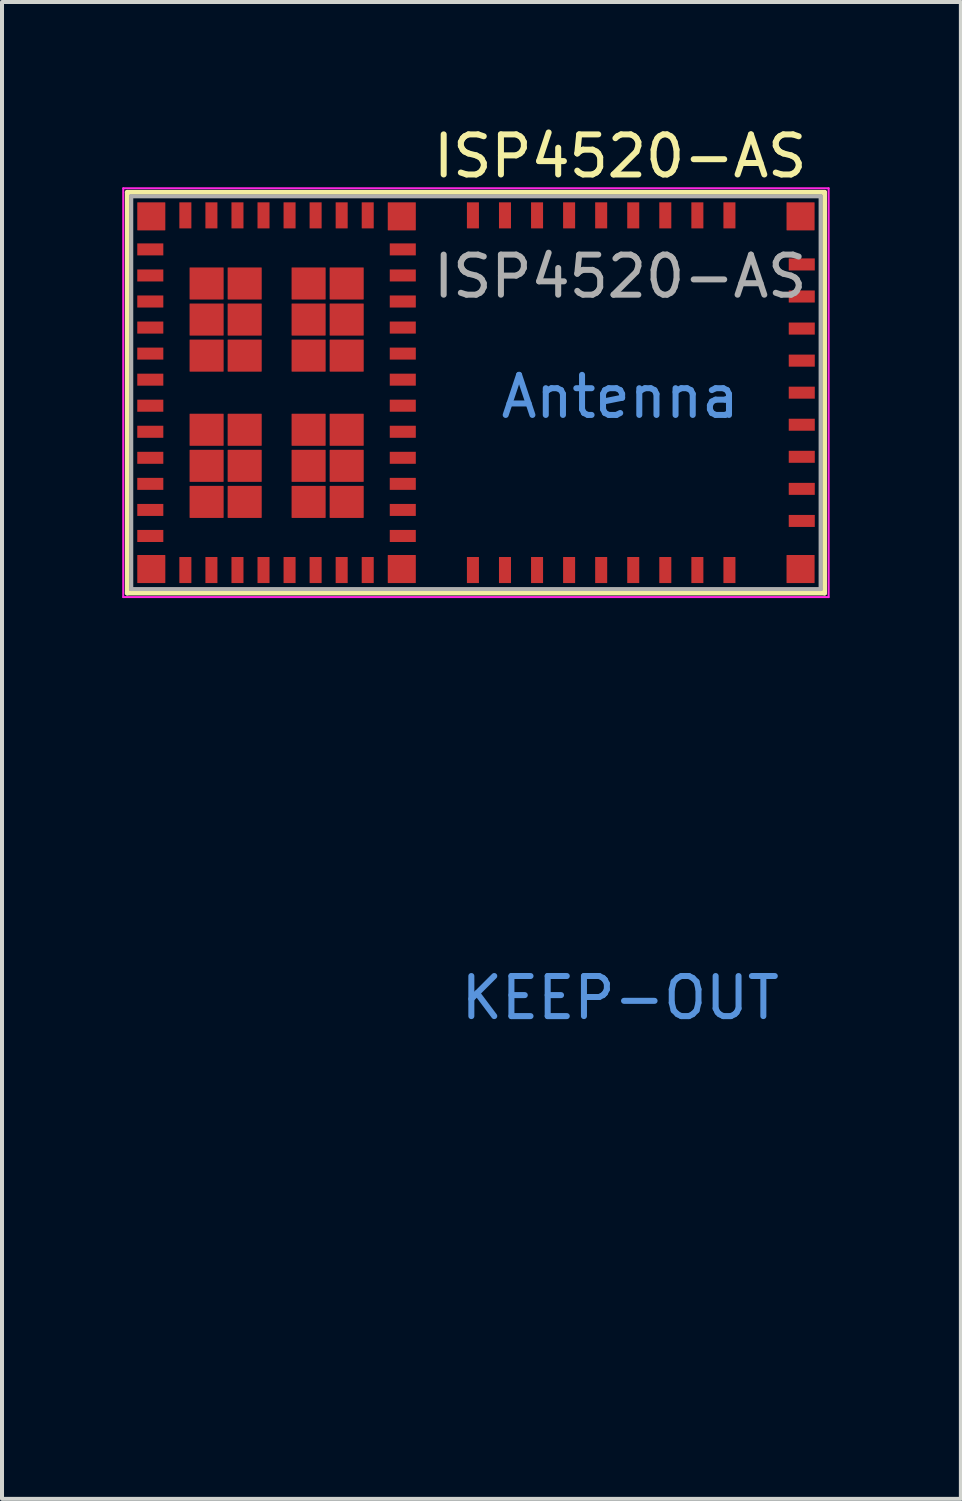
<source format=kicad_pcb>
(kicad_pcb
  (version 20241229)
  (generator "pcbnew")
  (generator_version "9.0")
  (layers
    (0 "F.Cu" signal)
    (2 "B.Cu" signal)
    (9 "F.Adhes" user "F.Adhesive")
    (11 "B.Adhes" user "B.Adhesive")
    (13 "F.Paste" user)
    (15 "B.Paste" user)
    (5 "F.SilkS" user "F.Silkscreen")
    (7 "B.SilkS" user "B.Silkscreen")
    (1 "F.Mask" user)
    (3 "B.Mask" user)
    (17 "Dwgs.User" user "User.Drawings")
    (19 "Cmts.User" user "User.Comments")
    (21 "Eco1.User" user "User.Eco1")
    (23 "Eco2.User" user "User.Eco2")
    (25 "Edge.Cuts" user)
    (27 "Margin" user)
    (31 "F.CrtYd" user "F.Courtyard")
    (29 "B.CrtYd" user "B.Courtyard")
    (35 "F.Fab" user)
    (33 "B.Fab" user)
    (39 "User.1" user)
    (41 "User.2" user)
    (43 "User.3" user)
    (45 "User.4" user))
  (footprint "ISP4520-AS"
    (layer "F.Cu")
    (at 17.425 1.848)
    (property "Reference" "ISP4520-AS" (at -5 -1 0) (unlocked yes) (layer "F.SilkS") (effects (font (size 1 1) (thickness 0.15))))
    (attr smd)
    (fp_line (start -17.3 -0.1) (end 0.1 -0.1) (stroke (width 0.12) (type solid)) (layer "F.SilkS"))
    (fp_line (start -17.3 9.9) (end -17.3 -0.1) (stroke (width 0.12) (type solid)) (layer "F.SilkS"))
    (fp_line (start 0.1 -0.1) (end 0.1 9.9) (stroke (width 0.12) (type solid)) (layer "F.SilkS"))
    (fp_line (start 0.1 9.9) (end -17.3 9.9) (stroke (width 0.12) (type solid)) (layer "F.SilkS"))
    (fp_line (start -17.4 -0.2) (end 0.2 -0.2) (stroke (width 0.05) (type solid)) (layer "F.CrtYd"))
    (fp_line (start -17.4 10) (end -17.4 -0.2) (stroke (width 0.05) (type solid)) (layer "F.CrtYd"))
    (fp_line (start 0.2 -0.2) (end 0.2 10) (stroke (width 0.05) (type solid)) (layer "F.CrtYd"))
    (fp_line (start 0.2 10) (end -17.4 10) (stroke (width 0.05) (type solid)) (layer "F.CrtYd"))
    (fp_line (start -17.2 0) (end 0 0) (stroke (width 0.1) (type solid)) (layer "F.Fab"))
    (fp_line (start -17.2 9.8) (end -17.2 0) (stroke (width 0.1) (type solid)) (layer "F.Fab"))
    (fp_line (start 0 0) (end 0 9.8) (stroke (width 0.1) (type solid)) (layer "F.Fab"))
    (fp_line (start 0 9.8) (end -17.2 9.8) (stroke (width 0.1) (type solid)) (layer "F.Fab"))
    (fp_text user "KEEP-OUT" (at -5 20 180) (layer "Cmts.User") (effects (font (size 1 1) (thickness 0.15))))
    (fp_text user "Antenna" (at -5 5 0) (layer "Cmts.User") (effects (font (size 1 1) (thickness 0.15))))
    (fp_text user "${REFERENCE}" (at -5 2 0) (unlocked yes) (layer "F.Fab") (effects (font (size 1 1) (thickness 0.15))))
    (pad "1" smd roundrect (at -16.7 0.5) (size 0.7 0.7) (layers "F.Cu" "F.Mask" "F.Paste") (roundrect_rratio 0.015))
    (pad "2" smd roundrect (at -16.725 1.325) (size 0.65 0.3) (layers "F.Cu" "F.Mask" "F.Paste") (roundrect_rratio 0.015))
    (pad "3" smd roundrect (at -16.725 1.975) (size 0.65 0.3) (layers "F.Cu" "F.Mask" "F.Paste") (roundrect_rratio 0.015))
    (pad "4" smd roundrect (at -16.725 2.625) (size 0.65 0.3) (layers "F.Cu" "F.Mask" "F.Paste") (roundrect_rratio 0.015))
    (pad "5" smd roundrect (at -16.725 3.275) (size 0.65 0.3) (layers "F.Cu" "F.Mask" "F.Paste") (roundrect_rratio 0.015))
    (pad "6" smd roundrect (at -16.725 3.925) (size 0.65 0.3) (layers "F.Cu" "F.Mask" "F.Paste") (roundrect_rratio 0.015))
    (pad "7" smd roundrect (at -16.725 4.575) (size 0.65 0.3) (layers "F.Cu" "F.Mask" "F.Paste") (roundrect_rratio 0.015))
    (pad "8" smd roundrect (at -16.725 5.225) (size 0.65 0.3) (layers "F.Cu" "F.Mask" "F.Paste") (roundrect_rratio 0.015))
    (pad "9" smd roundrect (at -16.725 5.875) (size 0.65 0.3) (layers "F.Cu" "F.Mask" "F.Paste") (roundrect_rratio 0.015))
    (pad "10" smd roundrect (at -16.725 6.525) (size 0.65 0.3) (layers "F.Cu" "F.Mask" "F.Paste") (roundrect_rratio 0.015))
    (pad "11" smd roundrect (at -16.725 7.175) (size 0.65 0.3) (layers "F.Cu" "F.Mask" "F.Paste") (roundrect_rratio 0.015))
    (pad "12" smd roundrect (at -16.725 7.825) (size 0.65 0.3) (layers "F.Cu" "F.Mask" "F.Paste") (roundrect_rratio 0.015))
    (pad "13" smd roundrect (at -16.725 8.475) (size 0.65 0.3) (layers "F.Cu" "F.Mask" "F.Paste") (roundrect_rratio 0.015))
    (pad "14" smd roundrect (at -16.7 9.3) (size 0.7 0.7) (layers "F.Cu" "F.Mask" "F.Paste") (roundrect_rratio 0.015))
    (pad "15" smd roundrect (at -15.85 9.325 90) (size 0.65 0.3) (layers "F.Cu" "F.Mask" "F.Paste") (roundrect_rratio 0.015))
    (pad "16" smd roundrect (at -15.2 9.325 90) (size 0.65 0.3) (layers "F.Cu" "F.Mask" "F.Paste") (roundrect_rratio 0.015))
    (pad "17" smd roundrect (at -14.55 9.325 90) (size 0.65 0.3) (layers "F.Cu" "F.Mask" "F.Paste") (roundrect_rratio 0.015))
    (pad "18" smd roundrect (at -13.9 9.325 90) (size 0.65 0.3) (layers "F.Cu" "F.Mask" "F.Paste") (roundrect_rratio 0.015))
    (pad "19" smd roundrect (at -13.25 9.325 90) (size 0.65 0.3) (layers "F.Cu" "F.Mask" "F.Paste") (roundrect_rratio 0.015))
    (pad "20" smd roundrect (at -12.6 9.325 90) (size 0.65 0.3) (layers "F.Cu" "F.Mask" "F.Paste") (roundrect_rratio 0.015))
    (pad "21" smd roundrect (at -11.95 9.325 90) (size 0.65 0.3) (layers "F.Cu" "F.Mask" "F.Paste") (roundrect_rratio 0.015))
    (pad "22" smd roundrect (at -11.3 9.325 90) (size 0.65 0.3) (layers "F.Cu" "F.Mask" "F.Paste") (roundrect_rratio 0.015))
    (pad "23" smd roundrect (at -10.45 9.3 180) (size 0.7 0.7) (layers "F.Cu" "F.Mask" "F.Paste") (roundrect_rratio 0.015))
    (pad "24" smd roundrect (at -10.425 8.475) (size 0.65 0.3) (layers "F.Cu" "F.Mask" "F.Paste") (roundrect_rratio 0.015))
    (pad "25" smd roundrect (at -10.425 7.825) (size 0.65 0.3) (layers "F.Cu" "F.Mask" "F.Paste") (roundrect_rratio 0.015))
    (pad "26" smd roundrect (at -10.425 7.175) (size 0.65 0.3) (layers "F.Cu" "F.Mask" "F.Paste") (roundrect_rratio 0.015))
    (pad "27" smd roundrect (at -10.425 6.525) (size 0.65 0.3) (layers "F.Cu" "F.Mask" "F.Paste") (roundrect_rratio 0.015))
    (pad "28" smd roundrect (at -10.425 5.875) (size 0.65 0.3) (layers "F.Cu" "F.Mask" "F.Paste") (roundrect_rratio 0.015))
    (pad "29" smd roundrect (at -10.425 5.225) (size 0.65 0.3) (layers "F.Cu" "F.Mask" "F.Paste") (roundrect_rratio 0.015))
    (pad "30" smd roundrect (at -10.425 4.575) (size 0.65 0.3) (layers "F.Cu" "F.Mask" "F.Paste") (roundrect_rratio 0.015))
    (pad "31" smd roundrect (at -10.425 3.925) (size 0.65 0.3) (layers "F.Cu" "F.Mask" "F.Paste") (roundrect_rratio 0.015))
    (pad "32" smd roundrect (at -10.425 3.275) (size 0.65 0.3) (layers "F.Cu" "F.Mask" "F.Paste") (roundrect_rratio 0.015))
    (pad "33" smd roundrect (at -10.425 2.625) (size 0.65 0.3) (layers "F.Cu" "F.Mask" "F.Paste") (roundrect_rratio 0.015))
    (pad "34" smd roundrect (at -10.425 1.975) (size 0.65 0.3) (layers "F.Cu" "F.Mask" "F.Paste") (roundrect_rratio 0.015))
    (pad "35" smd roundrect (at -10.425 1.325) (size 0.65 0.3) (layers "F.Cu" "F.Mask" "F.Paste") (roundrect_rratio 0.015))
    (pad "36" smd roundrect (at -10.45 0.5 180) (size 0.7 0.7) (layers "F.Cu" "F.Mask" "F.Paste") (roundrect_rratio 0.015))
    (pad "37" smd roundrect (at -11.3 0.475 90) (size 0.65 0.3) (layers "F.Cu" "F.Mask" "F.Paste") (roundrect_rratio 0.015))
    (pad "38" smd roundrect (at -11.95 0.475 90) (size 0.65 0.3) (layers "F.Cu" "F.Mask" "F.Paste") (roundrect_rratio 0.015))
    (pad "39" smd roundrect (at -12.6 0.475 90) (size 0.65 0.3) (layers "F.Cu" "F.Mask" "F.Paste") (roundrect_rratio 0.015))
    (pad "40" smd roundrect (at -13.25 0.475 90) (size 0.65 0.3) (layers "F.Cu" "F.Mask" "F.Paste") (roundrect_rratio 0.015))
    (pad "41" smd roundrect (at -13.9 0.475 90) (size 0.65 0.3) (layers "F.Cu" "F.Mask" "F.Paste") (roundrect_rratio 0.015))
    (pad "42" smd roundrect (at -14.55 0.475 90) (size 0.65 0.3) (layers "F.Cu" "F.Mask" "F.Paste") (roundrect_rratio 0.015))
    (pad "43" smd roundrect (at -15.2 0.475 90) (size 0.65 0.3) (layers "F.Cu" "F.Mask" "F.Paste") (roundrect_rratio 0.015))
    (pad "44" smd roundrect (at -15.85 0.475 90) (size 0.65 0.3) (layers "F.Cu" "F.Mask" "F.Paste") (roundrect_rratio 0.015))
    (pad "45" smd roundrect (at -8.675 9.325 90) (size 0.65 0.3) (layers "F.Cu" "F.Mask" "F.Paste") (roundrect_rratio 0.015))
    (pad "46" smd roundrect (at -7.875 9.325 90) (size 0.65 0.3) (layers "F.Cu" "F.Mask" "F.Paste") (roundrect_rratio 0.015))
    (pad "47" smd roundrect (at -7.075 9.325 90) (size 0.65 0.3) (layers "F.Cu" "F.Mask" "F.Paste") (roundrect_rratio 0.015))
    (pad "48" smd roundrect (at -6.275 9.325 90) (size 0.65 0.3) (layers "F.Cu" "F.Mask" "F.Paste") (roundrect_rratio 0.015))
    (pad "49" smd roundrect (at -5.475 9.325 90) (size 0.65 0.3) (layers "F.Cu" "F.Mask" "F.Paste") (roundrect_rratio 0.015))
    (pad "50" smd roundrect (at -4.675 9.325 90) (size 0.65 0.3) (layers "F.Cu" "F.Mask" "F.Paste") (roundrect_rratio 0.015))
    (pad "51" smd roundrect (at -3.875 9.325 90) (size 0.65 0.3) (layers "F.Cu" "F.Mask" "F.Paste") (roundrect_rratio 0.015))
    (pad "52" smd roundrect (at -3.075 9.325 90) (size 0.65 0.3) (layers "F.Cu" "F.Mask" "F.Paste") (roundrect_rratio 0.015))
    (pad "53" smd roundrect (at -2.275 9.325 270) (size 0.65 0.3) (layers "F.Cu" "F.Mask" "F.Paste") (roundrect_rratio 0.015))
    (pad "54" smd roundrect (at -0.5 9.3 180) (size 0.7 0.7) (layers "F.Cu" "F.Mask" "F.Paste") (roundrect_rratio 0.015))
    (pad "55" smd roundrect (at -0.47 8.1 180) (size 0.65 0.3) (layers "F.Cu" "F.Mask" "F.Paste") (roundrect_rratio 0.015))
    (pad "56" smd roundrect (at -0.47 7.3 180) (size 0.65 0.3) (layers "F.Cu" "F.Mask" "F.Paste") (roundrect_rratio 0.015))
    (pad "57" smd roundrect (at -0.47 6.5 180) (size 0.65 0.3) (layers "F.Cu" "F.Mask" "F.Paste") (roundrect_rratio 0.015))
    (pad "58" smd roundrect (at -0.47 5.7 180) (size 0.65 0.3) (layers "F.Cu" "F.Mask" "F.Paste") (roundrect_rratio 0.015))
    (pad "59" smd roundrect (at -0.47 4.9 180) (size 0.65 0.3) (layers "F.Cu" "F.Mask" "F.Paste") (roundrect_rratio 0.015))
    (pad "60" smd roundrect (at -0.47 4.1 180) (size 0.65 0.3) (layers "F.Cu" "F.Mask" "F.Paste") (roundrect_rratio 0.015))
    (pad "61" smd roundrect (at -0.47 3.3 180) (size 0.65 0.3) (layers "F.Cu" "F.Mask" "F.Paste") (roundrect_rratio 0.015))
    (pad "62" smd roundrect (at -0.47 2.5 180) (size 0.65 0.3) (layers "F.Cu" "F.Mask" "F.Paste") (roundrect_rratio 0.015))
    (pad "63" smd roundrect (at -0.47 1.7) (size 0.65 0.3) (layers "F.Cu" "F.Mask" "F.Paste") (roundrect_rratio 0.015))
    (pad "64" smd roundrect (at -0.5 0.5) (size 0.7 0.7) (layers "F.Cu" "F.Mask" "F.Paste") (roundrect_rratio 0.015))
    (pad "65" smd roundrect (at -2.275 0.475 270) (size 0.65 0.3) (layers "F.Cu" "F.Mask" "F.Paste") (roundrect_rratio 0.015))
    (pad "66" smd roundrect (at -3.075 0.475 270) (size 0.65 0.3) (layers "F.Cu" "F.Mask" "F.Paste") (roundrect_rratio 0.015))
    (pad "67" smd roundrect (at -3.875 0.475 270) (size 0.65 0.3) (layers "F.Cu" "F.Mask" "F.Paste") (roundrect_rratio 0.015))
    (pad "68" smd roundrect (at -4.675 0.475 270) (size 0.65 0.3) (layers "F.Cu" "F.Mask" "F.Paste") (roundrect_rratio 0.015))
    (pad "69" smd roundrect (at -5.475 0.475 270) (size 0.65 0.3) (layers "F.Cu" "F.Mask" "F.Paste") (roundrect_rratio 0.015))
    (pad "70" smd roundrect (at -6.275 0.475 270) (size 0.65 0.3) (layers "F.Cu" "F.Mask" "F.Paste") (roundrect_rratio 0.015))
    (pad "71" smd roundrect (at -7.075 0.475 270) (size 0.65 0.3) (layers "F.Cu" "F.Mask" "F.Paste") (roundrect_rratio 0.015))
    (pad "72" smd roundrect (at -7.875 0.475 270) (size 0.65 0.3) (layers "F.Cu" "F.Mask" "F.Paste") (roundrect_rratio 0.015))
    (pad "73" smd roundrect (at -8.675 0.475 90) (size 0.65 0.3) (layers "F.Cu" "F.Mask" "F.Paste") (roundrect_rratio 0.015))
    (pad "74" smd roundrect (at -15.32 2.175) (size 0.85 0.8) (layers "F.Cu" "F.Mask" "F.Paste") (roundrect_rratio 0.015))
    (pad "74" smd roundrect (at -15.32 3.075) (size 0.85 0.8) (layers "F.Cu" "F.Mask" "F.Paste") (roundrect_rratio 0.015))
    (pad "74" smd roundrect (at -15.32 3.975) (size 0.85 0.8) (layers "F.Cu" "F.Mask" "F.Paste") (roundrect_rratio 0.015))
    (pad "74" smd roundrect (at -15.32 5.825) (size 0.85 0.8) (layers "F.Cu" "F.Mask" "F.Paste") (roundrect_rratio 0.015))
    (pad "74" smd roundrect (at -15.32 6.725) (size 0.85 0.8) (layers "F.Cu" "F.Mask" "F.Paste") (roundrect_rratio 0.015))
    (pad "74" smd roundrect (at -15.32 7.625) (size 0.85 0.8) (layers "F.Cu" "F.Mask" "F.Paste") (roundrect_rratio 0.015))
    (pad "74" smd roundrect (at -14.37 2.175) (size 0.85 0.8) (layers "F.Cu" "F.Mask" "F.Paste") (roundrect_rratio 0.015))
    (pad "74" smd roundrect (at -14.37 3.075) (size 0.85 0.8) (layers "F.Cu" "F.Mask" "F.Paste") (roundrect_rratio 0.015))
    (pad "74" smd roundrect (at -14.37 3.975) (size 0.85 0.8) (layers "F.Cu" "F.Mask" "F.Paste") (roundrect_rratio 0.015))
    (pad "74" smd roundrect (at -14.37 5.825) (size 0.85 0.8) (layers "F.Cu" "F.Mask" "F.Paste") (roundrect_rratio 0.015))
    (pad "74" smd roundrect (at -14.37 6.725) (size 0.85 0.8) (layers "F.Cu" "F.Mask" "F.Paste") (roundrect_rratio 0.015))
    (pad "74" smd roundrect (at -14.37 7.625) (size 0.85 0.8) (layers "F.Cu" "F.Mask" "F.Paste") (roundrect_rratio 0.015))
    (pad "74" smd roundrect (at -12.775 2.175) (size 0.85 0.8) (layers "F.Cu" "F.Mask" "F.Paste") (roundrect_rratio 0.015))
    (pad "74" smd roundrect (at -12.775 3.075) (size 0.85 0.8) (layers "F.Cu" "F.Mask" "F.Paste") (roundrect_rratio 0.015))
    (pad "74" smd roundrect (at -12.775 3.975) (size 0.85 0.8) (layers "F.Cu" "F.Mask" "F.Paste") (roundrect_rratio 0.015))
    (pad "74" smd roundrect (at -12.775 5.825) (size 0.85 0.8) (layers "F.Cu" "F.Mask" "F.Paste") (roundrect_rratio 0.015))
    (pad "74" smd roundrect (at -12.775 6.725) (size 0.85 0.8) (layers "F.Cu" "F.Mask" "F.Paste") (roundrect_rratio 0.015))
    (pad "74" smd roundrect (at -12.775 7.625) (size 0.85 0.8) (layers "F.Cu" "F.Mask" "F.Paste") (roundrect_rratio 0.015))
    (pad "74" smd roundrect (at -11.825 2.175) (size 0.85 0.8) (layers "F.Cu" "F.Mask" "F.Paste") (roundrect_rratio 0.015))
    (pad "74" smd roundrect (at -11.825 3.075) (size 0.85 0.8) (layers "F.Cu" "F.Mask" "F.Paste") (roundrect_rratio 0.015))
    (pad "74" smd roundrect (at -11.825 3.975) (size 0.85 0.8) (layers "F.Cu" "F.Mask" "F.Paste") (roundrect_rratio 0.015))
    (pad "74" smd roundrect (at -11.825 5.825) (size 0.85 0.8) (layers "F.Cu" "F.Mask" "F.Paste") (roundrect_rratio 0.015))
    (pad "74" smd roundrect (at -11.825 6.725) (size 0.85 0.8) (layers "F.Cu" "F.Mask" "F.Paste") (roundrect_rratio 0.015))
    (pad "74" smd roundrect (at -11.825 7.625) (size 0.85 0.8) (layers "F.Cu" "F.Mask" "F.Paste") (roundrect_rratio 0.015))
    (zone (net_name "") (layers "F.Cu" "B.Cu") (name "Antenna Keep-Out Zone") (hatch edge 0.508) (connect_pads) (min_thickness 0.254) (filled_areas_thickness no) (keepout (tracks allowed) (vias allowed) (pads allowed) (copperpour not_allowed) (footprints allowed)) (placement (enabled no)) (fill) (polygon (pts (xy 17.925 31.348) (xy 7.325 31.348) (xy 7.325 1.348) (xy 17.925 1.348)))))
  (gr_rect
    (start -3 -3)
    (end 20.925 34.348)
    (stroke (width 0.1) (type default))
    (fill no)
    (layer "Edge.Cuts")))
</source>
